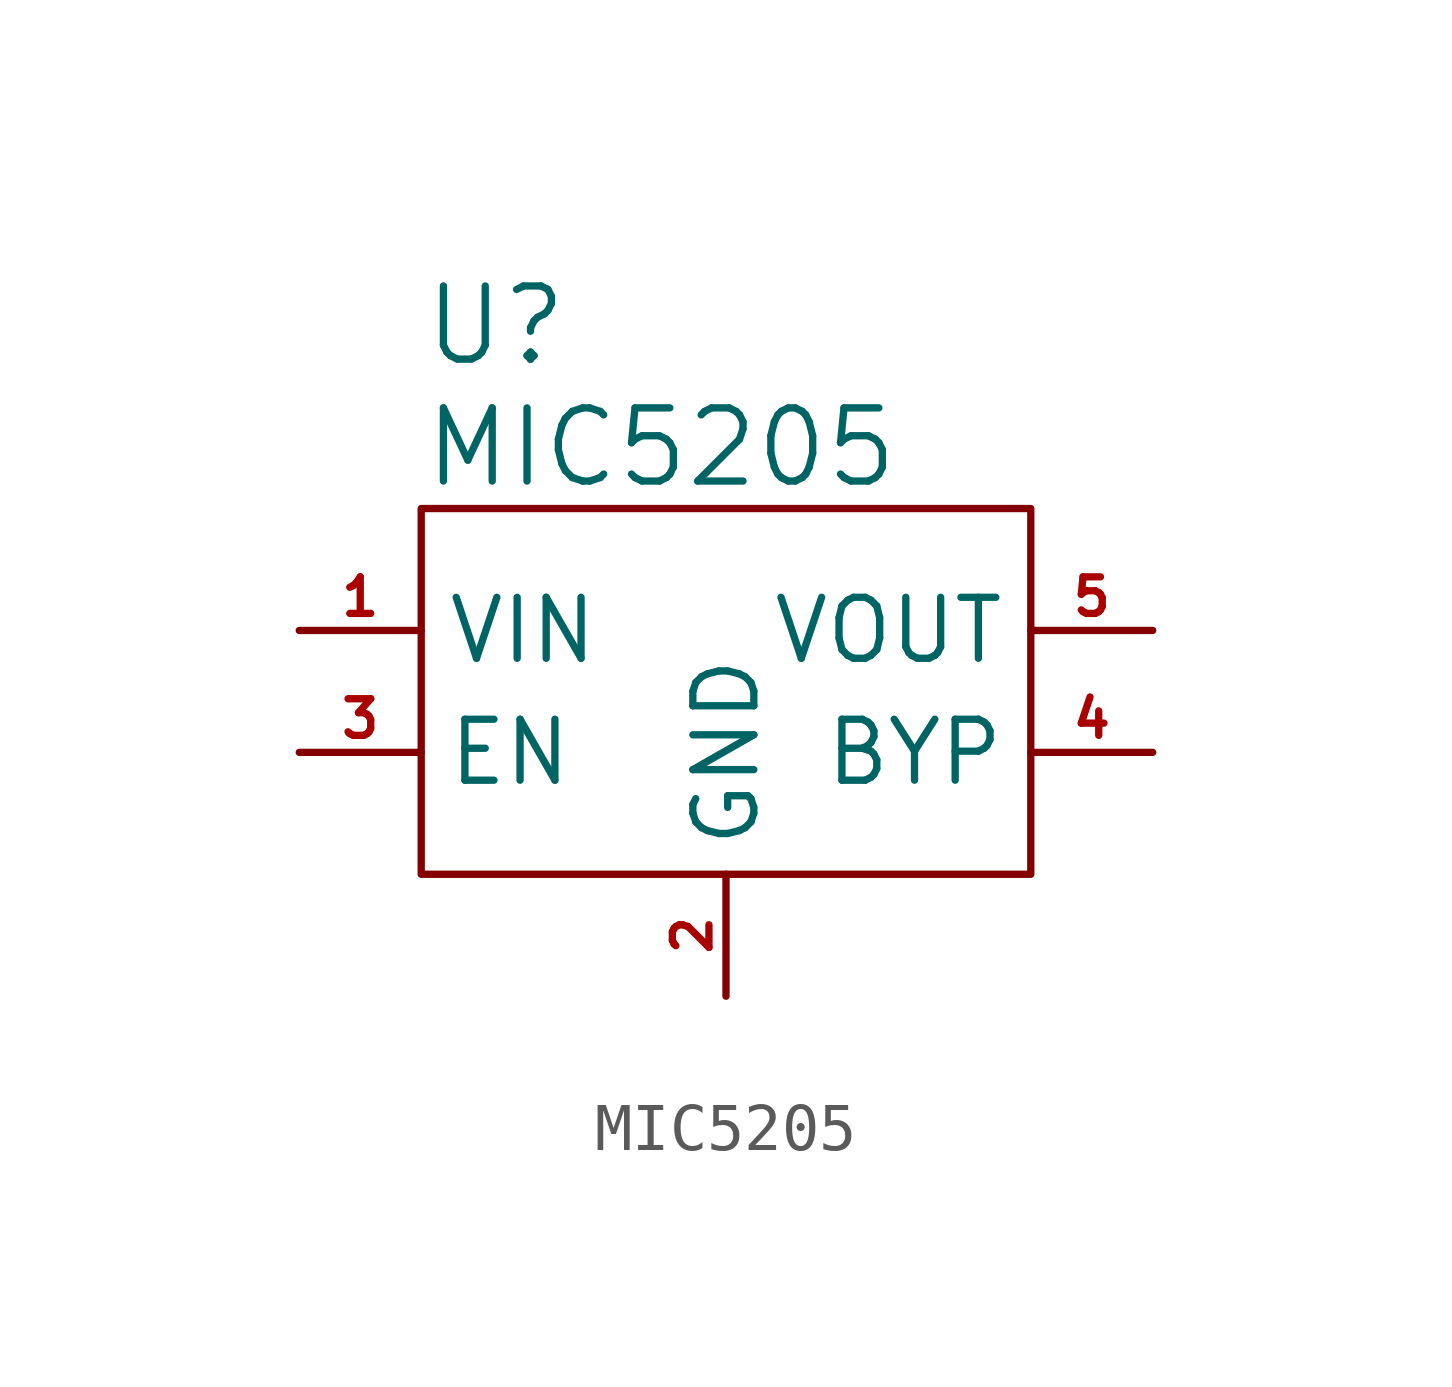
<source format=kicad_sym>
(kicad_symbol_lib
  (version 20211014)
  (generator kicad_symbol_editor)
  (symbol "MIC5205"
    (property "Reference" "U"
      (at -6.35 10.16 0)
      (effects (font (size 1.524 1.524)) (justify left)))
    (property "Value" "MIC5205"
      (at -6.35 7.62 0)
      (effects (font (size 1.524 1.524)) (justify left)))
    (symbol "MIC5205_0_1"
      (rectangle (start -6.35 6.35) (end 6.35 -1.27) (stroke (width 0) (type default) (color 0 0 0 0)) (fill (type none))))
    (symbol "MIC5205_1_1"
      (pin power_in line (at -8.89 3.81 0) (length 2.54) (name "VIN" (effects (font (size 1.27 1.27)))) (number "1" (effects (font (size 0.762 0.762)))))
      (pin power_in line (at 0 -3.81 90) (length 2.54) (name "GND" (effects (font (size 1.27 1.27)))) (number "2" (effects (font (size 0.762 0.762)))))
      (pin input line (at -8.89 1.27 0) (length 2.54) (name "EN" (effects (font (size 1.27 1.27)))) (number "3" (effects (font (size 0.762 0.762)))))
      (pin passive line (at 8.89 1.27 180) (length 2.54) (name "BYP" (effects (font (size 1.27 1.27)))) (number "4" (effects (font (size 0.762 0.762)))))
      (pin power_out line (at 8.89 3.81 180) (length 2.54) (name "VOUT" (effects (font (size 1.27 1.27)))) (number "5" (effects (font (size 0.762 0.762))))))))
</source>
